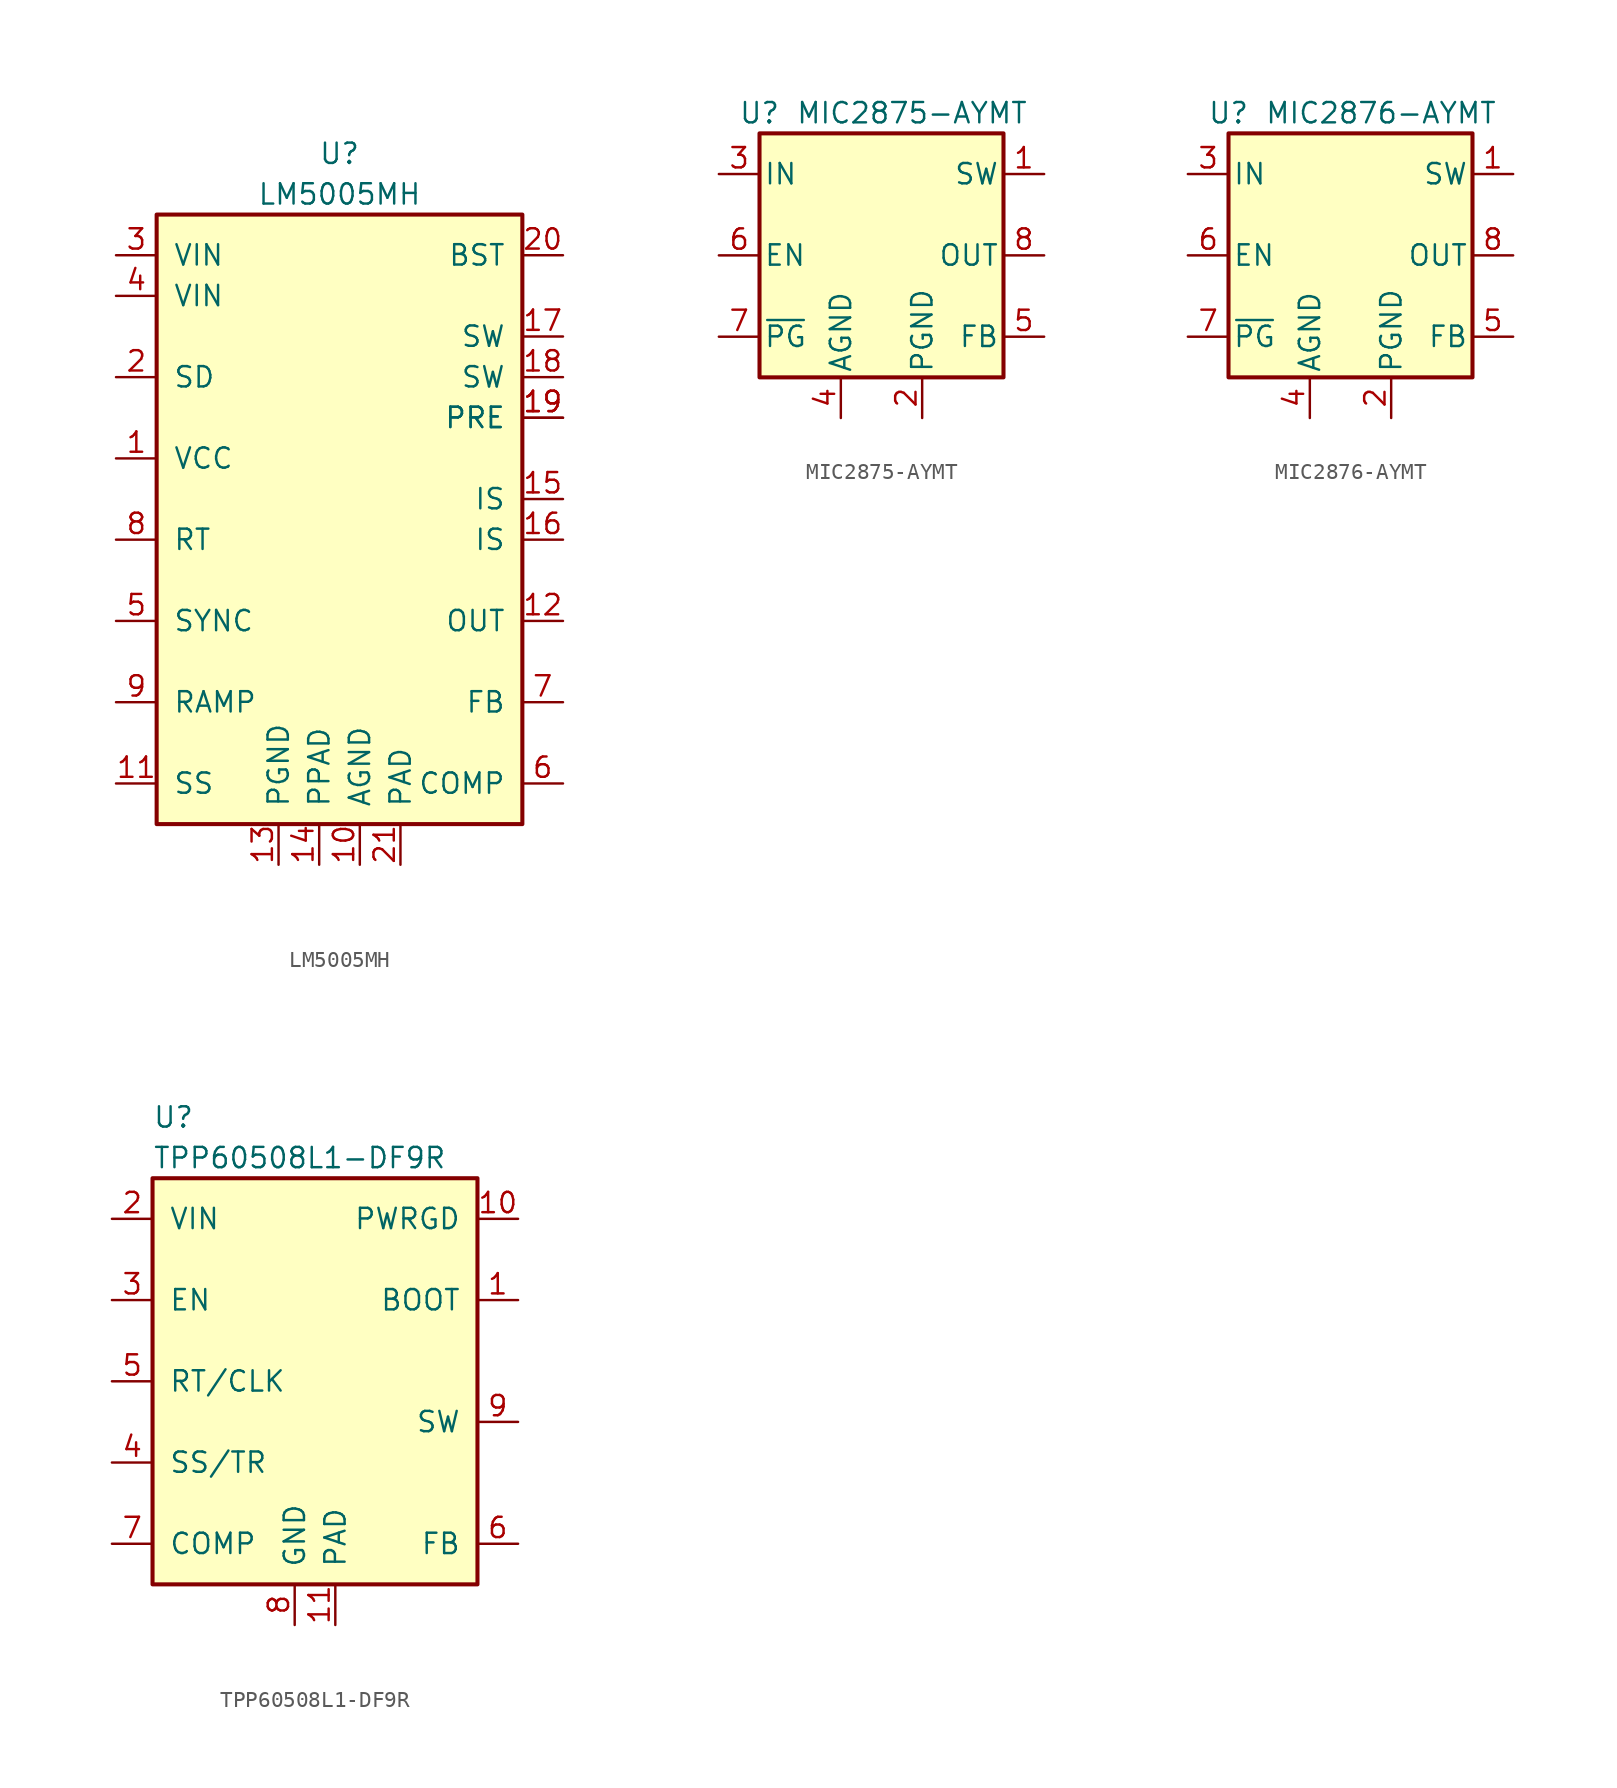
<source format=kicad_sym>
(kicad_symbol_lib
  (version 20220914)
  (generator kicad_symbol_editor)
  (symbol "LM5005MH"
    (pin_names
      (offset 1.016))
    (property "Reference" "U"
      (at 0 22.86 0)
      (effects (font (size 1.27 1.27))))
    (property "Value" "LM5005MH"
      (at 0 20.32 0)
      (effects (font (size 1.27 1.27))))
    (symbol "LM5005MH_0_1"
      (rectangle (start -11.43 19.05) (end 11.43 -19.05) (stroke (width 0.254) (type default)) (fill (type background))))
    (symbol "LM5005MH_1_1"
      (pin input line (at -13.97 3.81 0) (length 2.54) (name "VCC" (effects (font (size 1.27 1.27)))) (number "1" (effects (font (size 1.27 1.27)))))
      (pin power_in line (at 1.27 -21.59 90) (length 2.54) (name "AGND" (effects (font (size 1.27 1.27)))) (number "10" (effects (font (size 1.27 1.27)))))
      (pin input line (at -13.97 -16.51 0) (length 2.54) (name "SS" (effects (font (size 1.27 1.27)))) (number "11" (effects (font (size 1.27 1.27)))))
      (pin input line (at 13.97 -6.35 180) (length 2.54) (name "OUT" (effects (font (size 1.27 1.27)))) (number "12" (effects (font (size 1.27 1.27)))))
      (pin power_in line (at -3.81 -21.59 90) (length 2.54) (name "PGND" (effects (font (size 1.27 1.27)))) (number "13" (effects (font (size 1.27 1.27)))))
      (pin power_in line (at -1.27 -21.59 90) (length 2.54) (name "PPAD" (effects (font (size 1.27 1.27)))) (number "14" (effects (font (size 1.27 1.27)))))
      (pin input line (at 13.97 1.27 180) (length 2.54) (name "IS" (effects (font (size 1.27 1.27)))) (number "15" (effects (font (size 1.27 1.27)))))
      (pin input line (at 13.97 -1.27 180) (length 2.54) (name "IS" (effects (font (size 1.27 1.27)))) (number "16" (effects (font (size 1.27 1.27)))))
      (pin output line (at 13.97 11.43 180) (length 2.54) (name "SW" (effects (font (size 1.27 1.27)))) (number "17" (effects (font (size 1.27 1.27)))))
      (pin output line (at 13.97 8.89 180) (length 2.54) (name "SW" (effects (font (size 1.27 1.27)))) (number "18" (effects (font (size 1.27 1.27)))))
      (pin output line (at 13.97 6.35 180) (length 2.54) (name "PRE" (effects (font (size 1.27 1.27)))) (number "19" (effects (font (size 1.27 1.27)))))
      (pin output line (at 13.97 6.35 180) (length 2.54) (name "PRE" (effects (font (size 1.27 1.27)))) (number "19" (effects (font (size 1.27 1.27)))))
      (pin input line (at -13.97 8.89 0) (length 2.54) (name "SD" (effects (font (size 1.27 1.27)))) (number "2" (effects (font (size 1.27 1.27)))))
      (pin input line (at 13.97 16.51 180) (length 2.54) (name "BST" (effects (font (size 1.27 1.27)))) (number "20" (effects (font (size 1.27 1.27)))))
      (pin passive line (at 3.81 -21.59 90) (length 2.54) (name "PAD" (effects (font (size 1.27 1.27)))) (number "21" (effects (font (size 1.27 1.27)))))
      (pin power_in line (at -13.97 16.51 0) (length 2.54) (name "VIN" (effects (font (size 1.27 1.27)))) (number "3" (effects (font (size 1.27 1.27)))))
      (pin power_in line (at -13.97 13.97 0) (length 2.54) (name "VIN" (effects (font (size 1.27 1.27)))) (number "4" (effects (font (size 1.27 1.27)))))
      (pin bidirectional line (at -13.97 -6.35 0) (length 2.54) (name "SYNC" (effects (font (size 1.27 1.27)))) (number "5" (effects (font (size 1.27 1.27)))))
      (pin output line (at 13.97 -16.51 180) (length 2.54) (name "COMP" (effects (font (size 1.27 1.27)))) (number "6" (effects (font (size 1.27 1.27)))))
      (pin input line (at 13.97 -11.43 180) (length 2.54) (name "FB" (effects (font (size 1.27 1.27)))) (number "7" (effects (font (size 1.27 1.27)))))
      (pin input line (at -13.97 -1.27 0) (length 2.54) (name "RT" (effects (font (size 1.27 1.27)))) (number "8" (effects (font (size 1.27 1.27)))))
      (pin input line (at -13.97 -11.43 0) (length 2.54) (name "RAMP" (effects (font (size 1.27 1.27)))) (number "9" (effects (font (size 1.27 1.27)))))))
  (symbol "MIC2875-AYMT"
    (pin_names
      (offset 0.254))
    (property "Reference" "U"
      (at -7.62 8.89 0)
      (effects (font (size 1.27 1.27))))
    (property "Value" "MIC2875-AYMT"
      (at 1.905 8.89 0)
      (effects (font (size 1.27 1.27))))
    (symbol "MIC2875-AYMT_0_1"
      (rectangle (start -7.62 7.62) (end 7.62 -7.62) (stroke (width 0.254) (type default)) (fill (type background))))
    (symbol "MIC2875-AYMT_1_1"
      (pin input line (at 10.16 5.08 180) (length 2.54) (name "SW" (effects (font (size 1.27 1.27)))) (number "1" (effects (font (size 1.27 1.27)))))
      (pin power_in line (at 2.54 -10.16 90) (length 2.54) (name "PGND" (effects (font (size 1.27 1.27)))) (number "2" (effects (font (size 1.27 1.27)))))
      (pin power_in line (at -10.16 5.08 0) (length 2.54) (name "IN" (effects (font (size 1.27 1.27)))) (number "3" (effects (font (size 1.27 1.27)))))
      (pin power_in line (at -2.54 -10.16 90) (length 2.54) (name "AGND" (effects (font (size 1.27 1.27)))) (number "4" (effects (font (size 1.27 1.27)))))
      (pin input line (at 10.16 -5.08 180) (length 2.54) (name "FB" (effects (font (size 1.27 1.27)))) (number "5" (effects (font (size 1.27 1.27)))))
      (pin input line (at -10.16 0 0) (length 2.54) (name "EN" (effects (font (size 1.27 1.27)))) (number "6" (effects (font (size 1.27 1.27)))))
      (pin passive line (at -10.16 -5.08 0) (length 2.54) (name "~{PG}" (effects (font (size 1.27 1.27)))) (number "7" (effects (font (size 1.27 1.27)))))
      (pin power_out line (at 10.16 0 180) (length 2.54) (name "OUT" (effects (font (size 1.27 1.27)))) (number "8" (effects (font (size 1.27 1.27)))))
      (pin passive line (at -2.54 -10.16 90) (length 2.54) hide (name "PAD" (effects (font (size 1.27 1.27)))) (number "9" (effects (font (size 1.27 1.27)))))))
  (symbol "MIC2876-AYMT"
    (pin_names
      (offset 0.254))
    (property "Reference" "U"
      (at -7.62 8.89 0)
      (effects (font (size 1.27 1.27))))
    (property "Value" "MIC2876-AYMT"
      (at 1.905 8.89 0)
      (effects (font (size 1.27 1.27))))
    (symbol "MIC2876-AYMT_0_1"
      (rectangle (start -7.62 7.62) (end 7.62 -7.62) (stroke (width 0.254) (type default)) (fill (type background))))
    (symbol "MIC2876-AYMT_1_1"
      (pin input line (at 10.16 5.08 180) (length 2.54) (name "SW" (effects (font (size 1.27 1.27)))) (number "1" (effects (font (size 1.27 1.27)))))
      (pin power_in line (at 2.54 -10.16 90) (length 2.54) (name "PGND" (effects (font (size 1.27 1.27)))) (number "2" (effects (font (size 1.27 1.27)))))
      (pin power_in line (at -10.16 5.08 0) (length 2.54) (name "IN" (effects (font (size 1.27 1.27)))) (number "3" (effects (font (size 1.27 1.27)))))
      (pin power_in line (at -2.54 -10.16 90) (length 2.54) (name "AGND" (effects (font (size 1.27 1.27)))) (number "4" (effects (font (size 1.27 1.27)))))
      (pin input line (at 10.16 -5.08 180) (length 2.54) (name "FB" (effects (font (size 1.27 1.27)))) (number "5" (effects (font (size 1.27 1.27)))))
      (pin input line (at -10.16 0 0) (length 2.54) (name "EN" (effects (font (size 1.27 1.27)))) (number "6" (effects (font (size 1.27 1.27)))))
      (pin passive line (at -10.16 -5.08 0) (length 2.54) (name "~{PG}" (effects (font (size 1.27 1.27)))) (number "7" (effects (font (size 1.27 1.27)))))
      (pin power_out line (at 10.16 0 180) (length 2.54) (name "OUT" (effects (font (size 1.27 1.27)))) (number "8" (effects (font (size 1.27 1.27)))))
      (pin passive line (at -2.54 -10.16 90) (length 2.54) hide (name "PAD" (effects (font (size 1.27 1.27)))) (number "9" (effects (font (size 1.27 1.27)))))))
  (symbol "TPP60508L1-DF9R"
    (pin_names
      (offset 1.016))
    (property "Reference" "U"
      (at -10.16 16.51 0)
      (effects (font (size 1.27 1.27)) (justify left)))
    (property "Value" "TPP60508L1-DF9R"
      (at -10.16 13.97 0)
      (effects (font (size 1.27 1.27)) (justify left)))
    (symbol "TPP60508L1-DF9R_0_1"
      (rectangle (start -10.16 12.7) (end 10.16 -12.7) (stroke (width 0.254) (type default)) (fill (type background))))
    (symbol "TPP60508L1-DF9R_1_1"
      (pin input line (at 12.7 5.08 180) (length 2.54) (name "BOOT" (effects (font (size 1.27 1.27)))) (number "1" (effects (font (size 1.27 1.27)))))
      (pin output line (at 12.7 10.16 180) (length 2.54) (name "PWRGD" (effects (font (size 1.27 1.27)))) (number "10" (effects (font (size 1.27 1.27)))))
      (pin passive line (at 1.27 -15.24 90) (length 2.54) (name "PAD" (effects (font (size 1.27 1.27)))) (number "11" (effects (font (size 1.27 1.27)))))
      (pin power_in line (at -12.7 10.16 0) (length 2.54) (name "VIN" (effects (font (size 1.27 1.27)))) (number "2" (effects (font (size 1.27 1.27)))))
      (pin input line (at -12.7 5.08 0) (length 2.54) (name "EN" (effects (font (size 1.27 1.27)))) (number "3" (effects (font (size 1.27 1.27)))))
      (pin input line (at -12.7 -5.08 0) (length 2.54) (name "SS/TR" (effects (font (size 1.27 1.27)))) (number "4" (effects (font (size 1.27 1.27)))))
      (pin input line (at -12.7 0 0) (length 2.54) (name "RT/CLK" (effects (font (size 1.27 1.27)))) (number "5" (effects (font (size 1.27 1.27)))))
      (pin input line (at 12.7 -10.16 180) (length 2.54) (name "FB" (effects (font (size 1.27 1.27)))) (number "6" (effects (font (size 1.27 1.27)))))
      (pin output line (at -12.7 -10.16 0) (length 2.54) (name "COMP" (effects (font (size 1.27 1.27)))) (number "7" (effects (font (size 1.27 1.27)))))
      (pin power_in line (at -1.27 -15.24 90) (length 2.54) (name "GND" (effects (font (size 1.27 1.27)))) (number "8" (effects (font (size 1.27 1.27)))))
      (pin output line (at 12.7 -2.54 180) (length 2.54) (name "SW" (effects (font (size 1.27 1.27)))) (number "9" (effects (font (size 1.27 1.27))))))))
</source>
